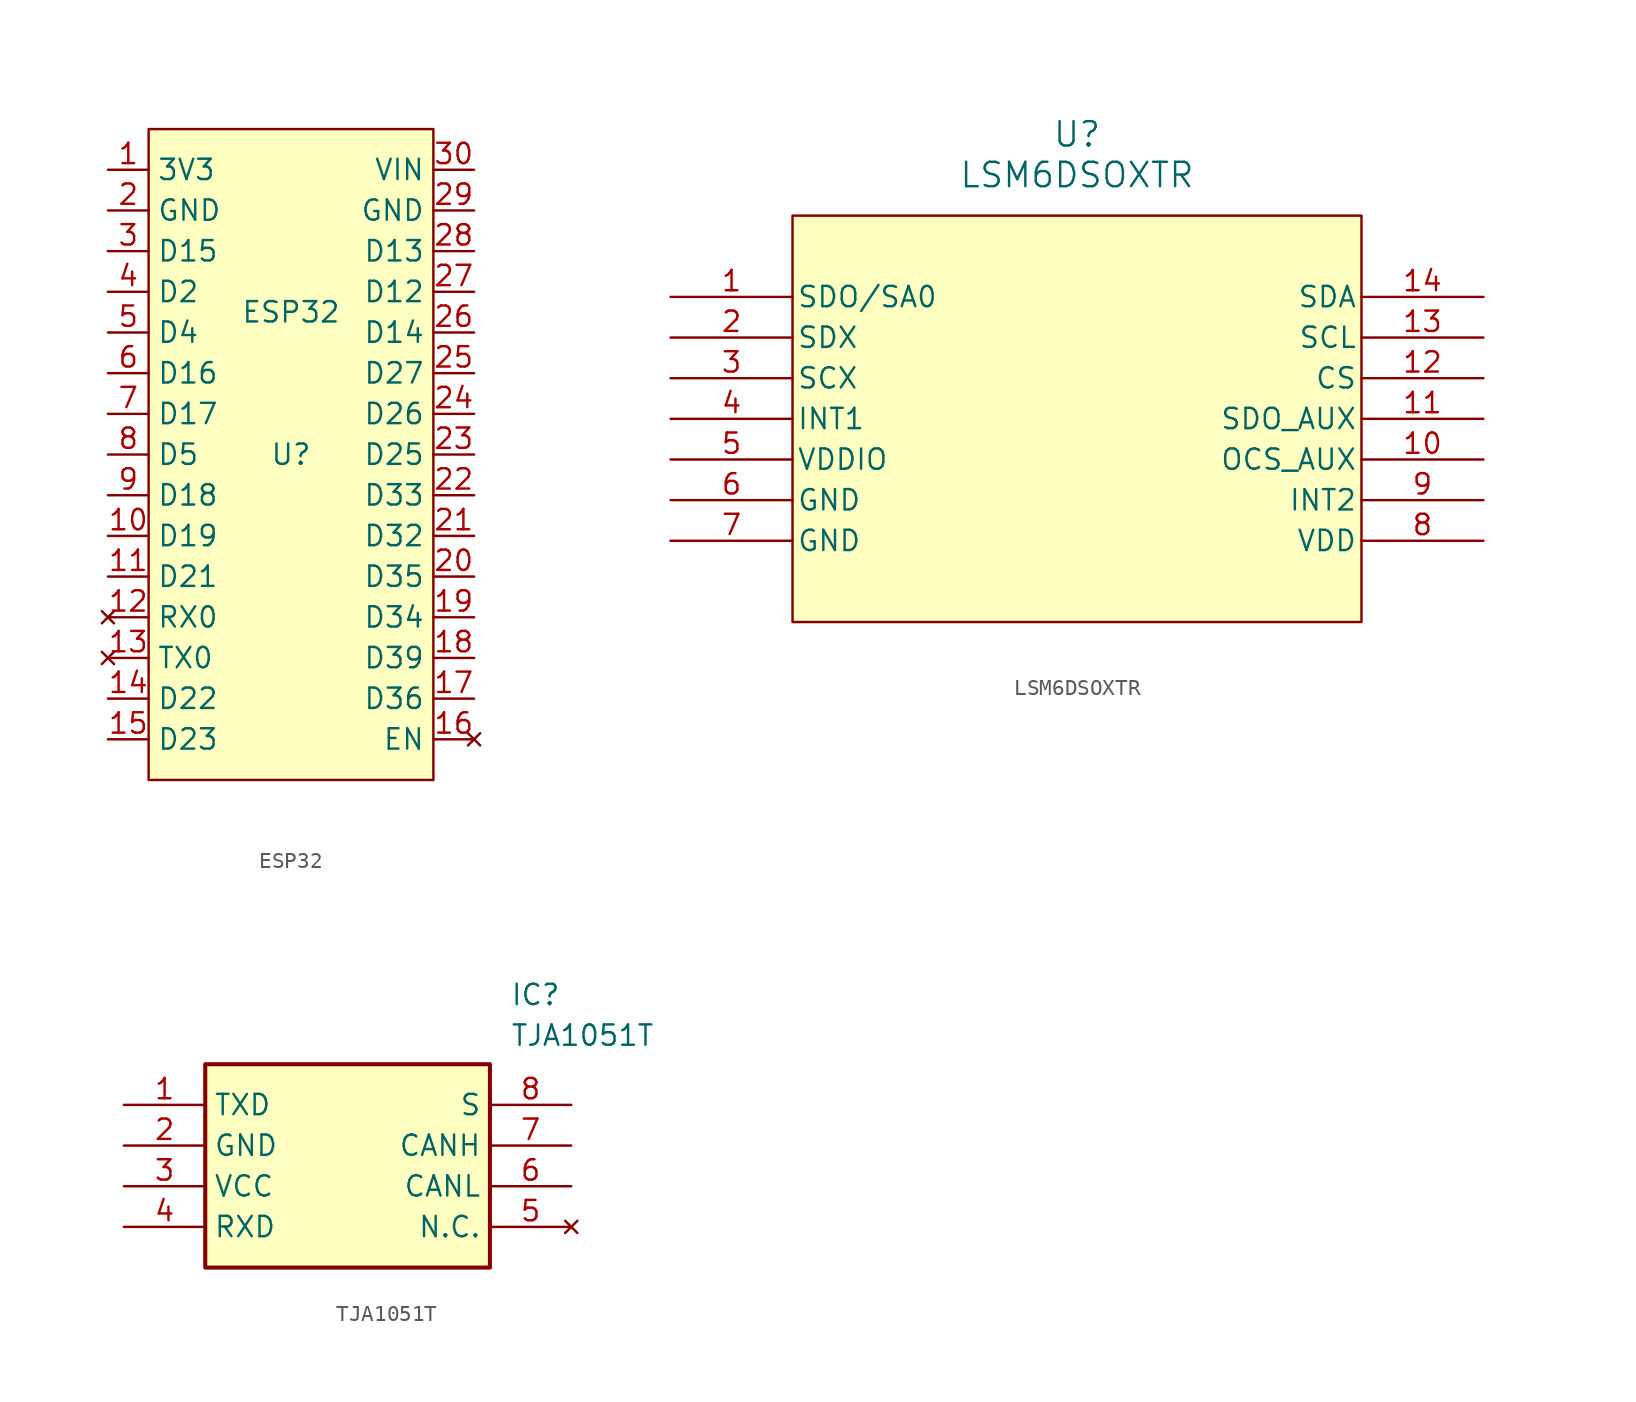
<source format=kicad_sym>
(kicad_symbol_lib
  (version 20241209)
  (generator "kicad_symbol_editor")
  (generator_version "9.0")
  (symbol "ESP32"
    (property "Reference" "U"
      (at 0 0 0)
      (effects (font (size 1.27 1.27))))
    (property "Value" "ESP32"
      (at 0 8.89 0)
      (effects (font (size 1.27 1.27))))
    (symbol "ESP32_1_1"
      (rectangle (start -8.89 20.32) (end 8.89 -20.32) (stroke (width 0) (type default)) (fill (type background)))
      (pin power_out line (at -11.43 17.78 0) (length 2.54) (name "3V3" (effects (font (size 1.27 1.27)))) (number "1" (effects (font (size 1.27 1.27)))))
      (pin power_out line (at -11.43 15.24 0) (length 2.54) (name "GND" (effects (font (size 1.27 1.27)))) (number "2" (effects (font (size 1.27 1.27)))))
      (pin bidirectional line (at -11.43 12.7 0) (length 2.54) (name "D15" (effects (font (size 1.27 1.27)))) (number "3" (effects (font (size 1.27 1.27)))))
      (pin bidirectional line (at -11.43 10.16 0) (length 2.54) (name "D2" (effects (font (size 1.27 1.27)))) (number "4" (effects (font (size 1.27 1.27)))))
      (pin bidirectional line (at -11.43 7.62 0) (length 2.54) (name "D4" (effects (font (size 1.27 1.27)))) (number "5" (effects (font (size 1.27 1.27)))))
      (pin bidirectional line (at -11.43 5.08 0) (length 2.54) (name "D16" (effects (font (size 1.27 1.27)))) (number "6" (effects (font (size 1.27 1.27)))))
      (pin bidirectional line (at -11.43 2.54 0) (length 2.54) (name "D17" (effects (font (size 1.27 1.27)))) (number "7" (effects (font (size 1.27 1.27)))))
      (pin bidirectional line (at -11.43 0 0) (length 2.54) (name "D5" (effects (font (size 1.27 1.27)))) (number "8" (effects (font (size 1.27 1.27)))))
      (pin bidirectional line (at -11.43 -2.54 0) (length 2.54) (name "D18" (effects (font (size 1.27 1.27)))) (number "9" (effects (font (size 1.27 1.27)))))
      (pin bidirectional line (at -11.43 -5.08 0) (length 2.54) (name "D19" (effects (font (size 1.27 1.27)))) (number "10" (effects (font (size 1.27 1.27)))))
      (pin bidirectional line (at -11.43 -7.62 0) (length 2.54) (name "D21" (effects (font (size 1.27 1.27)))) (number "11" (effects (font (size 1.27 1.27)))))
      (pin no_connect line (at -11.43 -10.16 0) (length 2.54) (name "RX0" (effects (font (size 1.27 1.27)))) (number "12" (effects (font (size 1.27 1.27)))))
      (pin no_connect line (at -11.43 -12.7 0) (length 2.54) (name "TX0" (effects (font (size 1.27 1.27)))) (number "13" (effects (font (size 1.27 1.27)))))
      (pin bidirectional line (at -11.43 -15.24 0) (length 2.54) (name "D22" (effects (font (size 1.27 1.27)))) (number "14" (effects (font (size 1.27 1.27)))))
      (pin bidirectional line (at -11.43 -17.78 0) (length 2.54) (name "D23" (effects (font (size 1.27 1.27)))) (number "15" (effects (font (size 1.27 1.27)))))
      (pin power_in line (at 11.43 17.78 180) (length 2.54) (name "VIN" (effects (font (size 1.27 1.27)))) (number "30" (effects (font (size 1.27 1.27)))))
      (pin power_out line (at 11.43 15.24 180) (length 2.54) (name "GND" (effects (font (size 1.27 1.27)))) (number "29" (effects (font (size 1.27 1.27)))))
      (pin bidirectional line (at 11.43 12.7 180) (length 2.54) (name "D13" (effects (font (size 1.27 1.27)))) (number "28" (effects (font (size 1.27 1.27)))))
      (pin bidirectional line (at 11.43 10.16 180) (length 2.54) (name "D12" (effects (font (size 1.27 1.27)))) (number "27" (effects (font (size 1.27 1.27)))))
      (pin bidirectional line (at 11.43 7.62 180) (length 2.54) (name "D14" (effects (font (size 1.27 1.27)))) (number "26" (effects (font (size 1.27 1.27)))))
      (pin bidirectional line (at 11.43 5.08 180) (length 2.54) (name "D27" (effects (font (size 1.27 1.27)))) (number "25" (effects (font (size 1.27 1.27)))))
      (pin bidirectional line (at 11.43 2.54 180) (length 2.54) (name "D26" (effects (font (size 1.27 1.27)))) (number "24" (effects (font (size 1.27 1.27)))))
      (pin bidirectional line (at 11.43 0 180) (length 2.54) (name "D25" (effects (font (size 1.27 1.27)))) (number "23" (effects (font (size 1.27 1.27)))))
      (pin bidirectional line (at 11.43 -2.54 180) (length 2.54) (name "D33" (effects (font (size 1.27 1.27)))) (number "22" (effects (font (size 1.27 1.27)))))
      (pin bidirectional line (at 11.43 -5.08 180) (length 2.54) (name "D32" (effects (font (size 1.27 1.27)))) (number "21" (effects (font (size 1.27 1.27)))))
      (pin input line (at 11.43 -7.62 180) (length 2.54) (name "D35" (effects (font (size 1.27 1.27)))) (number "20" (effects (font (size 1.27 1.27)))))
      (pin output line (at 11.43 -10.16 180) (length 2.54) (name "D34" (effects (font (size 1.27 1.27)))) (number "19" (effects (font (size 1.27 1.27)))))
      (pin input line (at 11.43 -12.7 180) (length 2.54) (name "D39" (effects (font (size 1.27 1.27)))) (number "18" (effects (font (size 1.27 1.27)))))
      (pin input line (at 11.43 -15.24 180) (length 2.54) (name "D36" (effects (font (size 1.27 1.27)))) (number "17" (effects (font (size 1.27 1.27)))))
      (pin no_connect line (at 11.43 -17.78 180) (length 2.54) (name "EN" (effects (font (size 1.27 1.27)))) (number "16" (effects (font (size 1.27 1.27)))))))
  (symbol "LSM6DSOXTR"
    (pin_names
      (offset 0.254))
    (property "Reference" "U"
      (at 25.4 10.16 0)
      (effects (font (size 1.524 1.524))))
    (property "Value" "LSM6DSOXTR"
      (at 25.4 7.62 0)
      (effects (font (size 1.524 1.524))))
    (symbol "LSM6DSOXTR_0_1"
      (pin output line (at 0 0 0) (length 7.62) (name "SDO/SA0" (effects (font (size 1.27 1.27)))) (number "1" (effects (font (size 1.27 1.27)))))
      (pin bidirectional line (at 0 -2.54 0) (length 7.62) (name "SDX" (effects (font (size 1.27 1.27)))) (number "2" (effects (font (size 1.27 1.27)))))
      (pin bidirectional line (at 0 -5.08 0) (length 7.62) (name "SCX" (effects (font (size 1.27 1.27)))) (number "3" (effects (font (size 1.27 1.27)))))
      (pin input line (at 0 -7.62 0) (length 7.62) (name "INT1" (effects (font (size 1.27 1.27)))) (number "4" (effects (font (size 1.27 1.27)))))
      (pin power_in line (at 0 -10.16 0) (length 7.62) (name "VDDIO" (effects (font (size 1.27 1.27)))) (number "5" (effects (font (size 1.27 1.27)))))
      (pin power_out line (at 0 -12.7 0) (length 7.62) (name "GND" (effects (font (size 1.27 1.27)))) (number "6" (effects (font (size 1.27 1.27)))))
      (pin power_out line (at 0 -15.24 0) (length 7.62) (name "GND" (effects (font (size 1.27 1.27)))) (number "7" (effects (font (size 1.27 1.27)))))
      (pin input line (at 50.8 0 180) (length 7.62) (name "SDA" (effects (font (size 1.27 1.27)))) (number "14" (effects (font (size 1.27 1.27)))))
      (pin unspecified line (at 50.8 -2.54 180) (length 7.62) (name "SCL" (effects (font (size 1.27 1.27)))) (number "13" (effects (font (size 1.27 1.27)))))
      (pin unspecified line (at 50.8 -5.08 180) (length 7.62) (name "CS" (effects (font (size 1.27 1.27)))) (number "12" (effects (font (size 1.27 1.27)))))
      (pin unspecified line (at 50.8 -7.62 180) (length 7.62) (name "SDO_AUX" (effects (font (size 1.27 1.27)))) (number "11" (effects (font (size 1.27 1.27)))))
      (pin unspecified line (at 50.8 -10.16 180) (length 7.62) (name "OCS_AUX" (effects (font (size 1.27 1.27)))) (number "10" (effects (font (size 1.27 1.27)))))
      (pin input line (at 50.8 -12.7 180) (length 7.62) (name "INT2" (effects (font (size 1.27 1.27)))) (number "9" (effects (font (size 1.27 1.27)))))
      (pin power_in line (at 50.8 -15.24 180) (length 7.62) (name "VDD" (effects (font (size 1.27 1.27)))) (number "8" (effects (font (size 1.27 1.27))))))
    (symbol "LSM6DSOXTR_1_1"
      (rectangle (start 7.62 5.08) (end 43.18 -20.32) (stroke (width 0) (type solid)) (fill (type background)))))
  (symbol "TJA1051T"
    (property "Reference" "IC"
      (at 24.13 7.62 0)
      (effects (font (size 1.27 1.27)) (justify left top)))
    (property "Value" "TJA1051T"
      (at 24.13 5.08 0)
      (effects (font (size 1.27 1.27)) (justify left top)))
    (symbol "TJA1051T_1_1"
      (rectangle (start 5.08 2.54) (end 22.86 -10.16) (stroke (width 0.254) (type default)) (fill (type background)))
      (pin passive line (at 0 0 0) (length 5.08) (name "TXD" (effects (font (size 1.27 1.27)))) (number "1" (effects (font (size 1.27 1.27)))))
      (pin passive line (at 0 -2.54 0) (length 5.08) (name "GND" (effects (font (size 1.27 1.27)))) (number "2" (effects (font (size 1.27 1.27)))))
      (pin passive line (at 0 -5.08 0) (length 5.08) (name "VCC" (effects (font (size 1.27 1.27)))) (number "3" (effects (font (size 1.27 1.27)))))
      (pin passive line (at 0 -7.62 0) (length 5.08) (name "RXD" (effects (font (size 1.27 1.27)))) (number "4" (effects (font (size 1.27 1.27)))))
      (pin passive line (at 27.94 0 180) (length 5.08) (name "S" (effects (font (size 1.27 1.27)))) (number "8" (effects (font (size 1.27 1.27)))))
      (pin passive line (at 27.94 -2.54 180) (length 5.08) (name "CANH" (effects (font (size 1.27 1.27)))) (number "7" (effects (font (size 1.27 1.27)))))
      (pin passive line (at 27.94 -5.08 180) (length 5.08) (name "CANL" (effects (font (size 1.27 1.27)))) (number "6" (effects (font (size 1.27 1.27)))))
      (pin no_connect line (at 27.94 -7.62 180) (length 5.08) (name "N.C." (effects (font (size 1.27 1.27)))) (number "5" (effects (font (size 1.27 1.27))))))))
</source>
